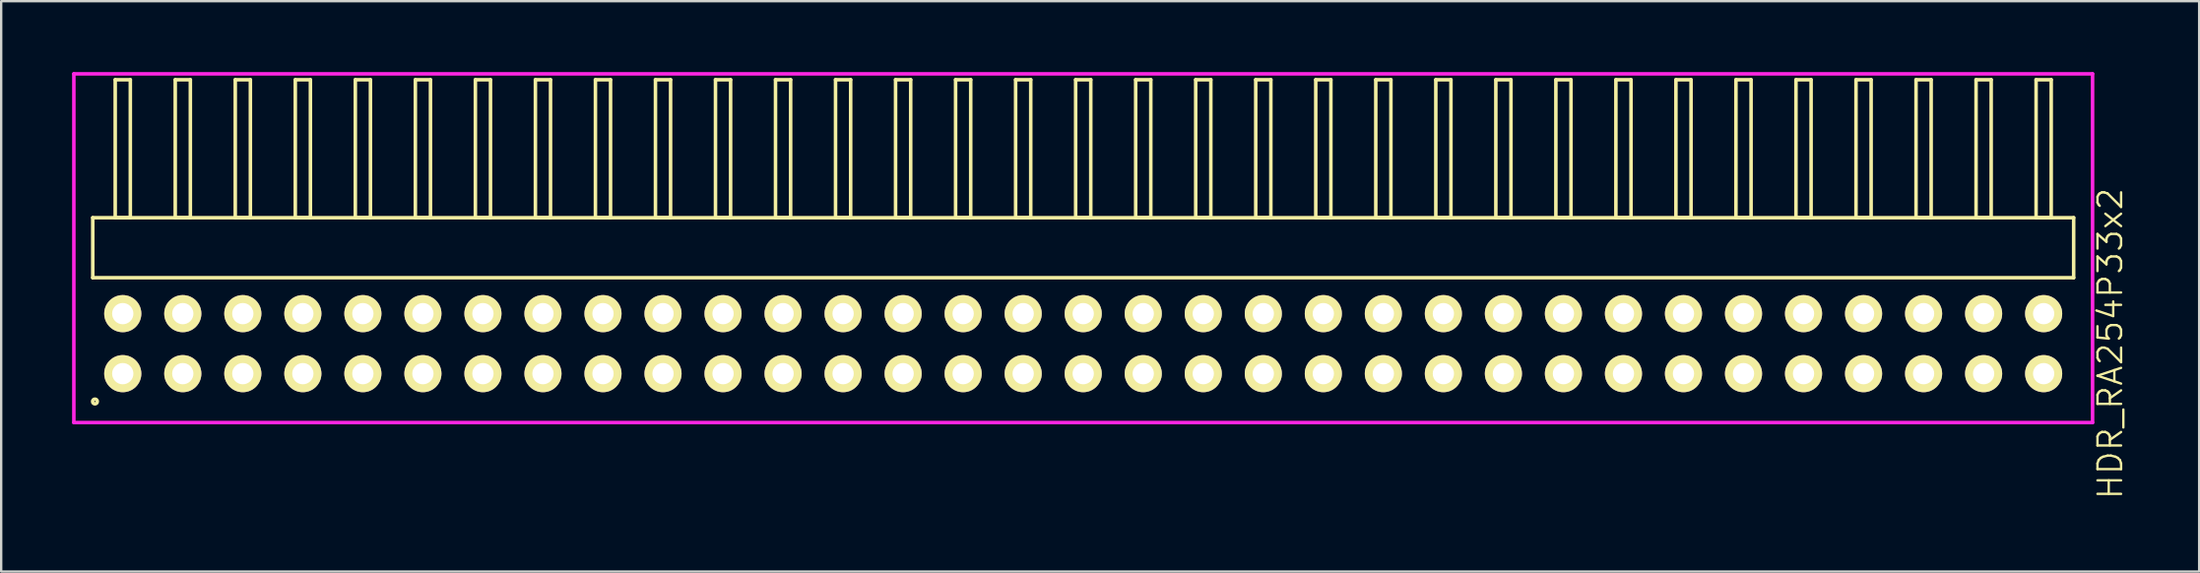
<source format=kicad_pcb>
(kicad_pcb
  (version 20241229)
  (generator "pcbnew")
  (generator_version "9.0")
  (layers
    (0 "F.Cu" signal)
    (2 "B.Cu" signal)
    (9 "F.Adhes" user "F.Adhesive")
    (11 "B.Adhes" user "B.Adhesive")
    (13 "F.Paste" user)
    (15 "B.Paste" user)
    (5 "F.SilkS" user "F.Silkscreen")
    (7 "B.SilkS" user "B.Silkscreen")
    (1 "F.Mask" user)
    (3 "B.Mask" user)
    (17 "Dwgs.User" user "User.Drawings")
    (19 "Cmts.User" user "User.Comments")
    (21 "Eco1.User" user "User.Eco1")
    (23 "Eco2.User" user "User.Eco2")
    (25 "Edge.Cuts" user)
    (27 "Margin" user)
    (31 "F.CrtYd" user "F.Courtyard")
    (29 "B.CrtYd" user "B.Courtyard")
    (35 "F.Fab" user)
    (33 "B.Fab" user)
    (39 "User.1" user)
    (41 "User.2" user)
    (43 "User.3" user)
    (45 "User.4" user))
  (footprint "HDR_RA254P33x2"
    (layer "F.Cu")
    (at 42.785 11.495)
    (property "Reference" "HDR_RA254P33x2" (at 43.46 0 90) (layer "F.SilkS") (effects (font (size 1 1) (thickness 0.1))))
    (attr through_hole)
    (fp_line (start -41.91 -5.33) (end -41.91 -2.79) (stroke (width 0.15) (type solid)) (layer "F.SilkS"))
    (fp_line (start -41.91 -2.79) (end 41.91 -2.79) (stroke (width 0.15) (type solid)) (layer "F.SilkS"))
    (fp_line (start -40.96 -11.17) (end -40.96 -5.33) (stroke (width 0.15) (type solid)) (layer "F.SilkS"))
    (fp_line (start -40.96 -5.33) (end -40.32 -5.33) (stroke (width 0.15) (type solid)) (layer "F.SilkS"))
    (fp_line (start -40.32 -11.17) (end -40.96 -11.17) (stroke (width 0.15) (type solid)) (layer "F.SilkS"))
    (fp_line (start -40.32 -5.33) (end -40.32 -11.17) (stroke (width 0.15) (type solid)) (layer "F.SilkS"))
    (fp_line (start -38.42 -11.17) (end -38.42 -5.33) (stroke (width 0.15) (type solid)) (layer "F.SilkS"))
    (fp_line (start -38.42 -5.33) (end -37.78 -5.33) (stroke (width 0.15) (type solid)) (layer "F.SilkS"))
    (fp_line (start -37.78 -11.17) (end -38.42 -11.17) (stroke (width 0.15) (type solid)) (layer "F.SilkS"))
    (fp_line (start -37.78 -5.33) (end -37.78 -11.17) (stroke (width 0.15) (type solid)) (layer "F.SilkS"))
    (fp_line (start -35.88 -11.17) (end -35.88 -5.33) (stroke (width 0.15) (type solid)) (layer "F.SilkS"))
    (fp_line (start -35.88 -5.33) (end -35.24 -5.33) (stroke (width 0.15) (type solid)) (layer "F.SilkS"))
    (fp_line (start -35.24 -11.17) (end -35.88 -11.17) (stroke (width 0.15) (type solid)) (layer "F.SilkS"))
    (fp_line (start -35.24 -5.33) (end -35.24 -11.17) (stroke (width 0.15) (type solid)) (layer "F.SilkS"))
    (fp_line (start -33.34 -11.17) (end -33.34 -5.33) (stroke (width 0.15) (type solid)) (layer "F.SilkS"))
    (fp_line (start -33.34 -5.33) (end -32.7 -5.33) (stroke (width 0.15) (type solid)) (layer "F.SilkS"))
    (fp_line (start -32.7 -11.17) (end -33.34 -11.17) (stroke (width 0.15) (type solid)) (layer "F.SilkS"))
    (fp_line (start -32.7 -5.33) (end -32.7 -11.17) (stroke (width 0.15) (type solid)) (layer "F.SilkS"))
    (fp_line (start -30.8 -11.17) (end -30.8 -5.33) (stroke (width 0.15) (type solid)) (layer "F.SilkS"))
    (fp_line (start -30.8 -5.33) (end -30.16 -5.33) (stroke (width 0.15) (type solid)) (layer "F.SilkS"))
    (fp_line (start -30.16 -11.17) (end -30.8 -11.17) (stroke (width 0.15) (type solid)) (layer "F.SilkS"))
    (fp_line (start -30.16 -5.33) (end -30.16 -11.17) (stroke (width 0.15) (type solid)) (layer "F.SilkS"))
    (fp_line (start -28.26 -11.17) (end -28.26 -5.33) (stroke (width 0.15) (type solid)) (layer "F.SilkS"))
    (fp_line (start -28.26 -5.33) (end -27.62 -5.33) (stroke (width 0.15) (type solid)) (layer "F.SilkS"))
    (fp_line (start -27.62 -11.17) (end -28.26 -11.17) (stroke (width 0.15) (type solid)) (layer "F.SilkS"))
    (fp_line (start -27.62 -5.33) (end -27.62 -11.17) (stroke (width 0.15) (type solid)) (layer "F.SilkS"))
    (fp_line (start -25.72 -11.17) (end -25.72 -5.33) (stroke (width 0.15) (type solid)) (layer "F.SilkS"))
    (fp_line (start -25.72 -5.33) (end -25.08 -5.33) (stroke (width 0.15) (type solid)) (layer "F.SilkS"))
    (fp_line (start -25.08 -11.17) (end -25.72 -11.17) (stroke (width 0.15) (type solid)) (layer "F.SilkS"))
    (fp_line (start -25.08 -5.33) (end -25.08 -11.17) (stroke (width 0.15) (type solid)) (layer "F.SilkS"))
    (fp_line (start -23.18 -11.17) (end -23.18 -5.33) (stroke (width 0.15) (type solid)) (layer "F.SilkS"))
    (fp_line (start -23.18 -5.33) (end -22.54 -5.33) (stroke (width 0.15) (type solid)) (layer "F.SilkS"))
    (fp_line (start -22.54 -11.17) (end -23.18 -11.17) (stroke (width 0.15) (type solid)) (layer "F.SilkS"))
    (fp_line (start -22.54 -5.33) (end -22.54 -11.17) (stroke (width 0.15) (type solid)) (layer "F.SilkS"))
    (fp_line (start -20.64 -11.17) (end -20.64 -5.33) (stroke (width 0.15) (type solid)) (layer "F.SilkS"))
    (fp_line (start -20.64 -5.33) (end -20 -5.33) (stroke (width 0.15) (type solid)) (layer "F.SilkS"))
    (fp_line (start -20 -11.17) (end -20.64 -11.17) (stroke (width 0.15) (type solid)) (layer "F.SilkS"))
    (fp_line (start -20 -5.33) (end -20 -11.17) (stroke (width 0.15) (type solid)) (layer "F.SilkS"))
    (fp_line (start -18.1 -11.17) (end -18.1 -5.33) (stroke (width 0.15) (type solid)) (layer "F.SilkS"))
    (fp_line (start -18.1 -5.33) (end -17.46 -5.33) (stroke (width 0.15) (type solid)) (layer "F.SilkS"))
    (fp_line (start -17.46 -11.17) (end -18.1 -11.17) (stroke (width 0.15) (type solid)) (layer "F.SilkS"))
    (fp_line (start -17.46 -5.33) (end -17.46 -11.17) (stroke (width 0.15) (type solid)) (layer "F.SilkS"))
    (fp_line (start -15.56 -11.17) (end -15.56 -5.33) (stroke (width 0.15) (type solid)) (layer "F.SilkS"))
    (fp_line (start -15.56 -5.33) (end -14.92 -5.33) (stroke (width 0.15) (type solid)) (layer "F.SilkS"))
    (fp_line (start -14.92 -11.17) (end -15.56 -11.17) (stroke (width 0.15) (type solid)) (layer "F.SilkS"))
    (fp_line (start -14.92 -5.33) (end -14.92 -11.17) (stroke (width 0.15) (type solid)) (layer "F.SilkS"))
    (fp_line (start -13.02 -11.17) (end -13.02 -5.33) (stroke (width 0.15) (type solid)) (layer "F.SilkS"))
    (fp_line (start -13.02 -5.33) (end -12.38 -5.33) (stroke (width 0.15) (type solid)) (layer "F.SilkS"))
    (fp_line (start -12.38 -11.17) (end -13.02 -11.17) (stroke (width 0.15) (type solid)) (layer "F.SilkS"))
    (fp_line (start -12.38 -5.33) (end -12.38 -11.17) (stroke (width 0.15) (type solid)) (layer "F.SilkS"))
    (fp_line (start -10.48 -11.17) (end -10.48 -5.33) (stroke (width 0.15) (type solid)) (layer "F.SilkS"))
    (fp_line (start -10.48 -5.33) (end -9.84 -5.33) (stroke (width 0.15) (type solid)) (layer "F.SilkS"))
    (fp_line (start -9.84 -11.17) (end -10.48 -11.17) (stroke (width 0.15) (type solid)) (layer "F.SilkS"))
    (fp_line (start -9.84 -5.33) (end -9.84 -11.17) (stroke (width 0.15) (type solid)) (layer "F.SilkS"))
    (fp_line (start -7.94 -11.17) (end -7.94 -5.33) (stroke (width 0.15) (type solid)) (layer "F.SilkS"))
    (fp_line (start -7.94 -5.33) (end -7.3 -5.33) (stroke (width 0.15) (type solid)) (layer "F.SilkS"))
    (fp_line (start -7.3 -11.17) (end -7.94 -11.17) (stroke (width 0.15) (type solid)) (layer "F.SilkS"))
    (fp_line (start -7.3 -5.33) (end -7.3 -11.17) (stroke (width 0.15) (type solid)) (layer "F.SilkS"))
    (fp_line (start -5.4 -11.17) (end -5.4 -5.33) (stroke (width 0.15) (type solid)) (layer "F.SilkS"))
    (fp_line (start -5.4 -5.33) (end -4.76 -5.33) (stroke (width 0.15) (type solid)) (layer "F.SilkS"))
    (fp_line (start -4.76 -11.17) (end -5.4 -11.17) (stroke (width 0.15) (type solid)) (layer "F.SilkS"))
    (fp_line (start -4.76 -5.33) (end -4.76 -11.17) (stroke (width 0.15) (type solid)) (layer "F.SilkS"))
    (fp_line (start -2.86 -11.17) (end -2.86 -5.33) (stroke (width 0.15) (type solid)) (layer "F.SilkS"))
    (fp_line (start -2.86 -5.33) (end -2.22 -5.33) (stroke (width 0.15) (type solid)) (layer "F.SilkS"))
    (fp_line (start -2.22 -11.17) (end -2.86 -11.17) (stroke (width 0.15) (type solid)) (layer "F.SilkS"))
    (fp_line (start -2.22 -5.33) (end -2.22 -11.17) (stroke (width 0.15) (type solid)) (layer "F.SilkS"))
    (fp_line (start -0.32 -11.17) (end -0.32 -5.33) (stroke (width 0.15) (type solid)) (layer "F.SilkS"))
    (fp_line (start -0.32 -5.33) (end 0.32 -5.33) (stroke (width 0.15) (type solid)) (layer "F.SilkS"))
    (fp_line (start 0.32 -11.17) (end -0.32 -11.17) (stroke (width 0.15) (type solid)) (layer "F.SilkS"))
    (fp_line (start 0.32 -5.33) (end 0.32 -11.17) (stroke (width 0.15) (type solid)) (layer "F.SilkS"))
    (fp_line (start 2.22 -11.17) (end 2.22 -5.33) (stroke (width 0.15) (type solid)) (layer "F.SilkS"))
    (fp_line (start 2.22 -5.33) (end 2.86 -5.33) (stroke (width 0.15) (type solid)) (layer "F.SilkS"))
    (fp_line (start 2.86 -11.17) (end 2.22 -11.17) (stroke (width 0.15) (type solid)) (layer "F.SilkS"))
    (fp_line (start 2.86 -5.33) (end 2.86 -11.17) (stroke (width 0.15) (type solid)) (layer "F.SilkS"))
    (fp_line (start 4.76 -11.17) (end 4.76 -5.33) (stroke (width 0.15) (type solid)) (layer "F.SilkS"))
    (fp_line (start 4.76 -5.33) (end 5.4 -5.33) (stroke (width 0.15) (type solid)) (layer "F.SilkS"))
    (fp_line (start 5.4 -11.17) (end 4.76 -11.17) (stroke (width 0.15) (type solid)) (layer "F.SilkS"))
    (fp_line (start 5.4 -5.33) (end 5.4 -11.17) (stroke (width 0.15) (type solid)) (layer "F.SilkS"))
    (fp_line (start 7.3 -11.17) (end 7.3 -5.33) (stroke (width 0.15) (type solid)) (layer "F.SilkS"))
    (fp_line (start 7.3 -5.33) (end 7.94 -5.33) (stroke (width 0.15) (type solid)) (layer "F.SilkS"))
    (fp_line (start 7.94 -11.17) (end 7.3 -11.17) (stroke (width 0.15) (type solid)) (layer "F.SilkS"))
    (fp_line (start 7.94 -5.33) (end 7.94 -11.17) (stroke (width 0.15) (type solid)) (layer "F.SilkS"))
    (fp_line (start 9.84 -11.17) (end 9.84 -5.33) (stroke (width 0.15) (type solid)) (layer "F.SilkS"))
    (fp_line (start 9.84 -5.33) (end 10.48 -5.33) (stroke (width 0.15) (type solid)) (layer "F.SilkS"))
    (fp_line (start 10.48 -11.17) (end 9.84 -11.17) (stroke (width 0.15) (type solid)) (layer "F.SilkS"))
    (fp_line (start 10.48 -5.33) (end 10.48 -11.17) (stroke (width 0.15) (type solid)) (layer "F.SilkS"))
    (fp_line (start 12.38 -11.17) (end 12.38 -5.33) (stroke (width 0.15) (type solid)) (layer "F.SilkS"))
    (fp_line (start 12.38 -5.33) (end 13.02 -5.33) (stroke (width 0.15) (type solid)) (layer "F.SilkS"))
    (fp_line (start 13.02 -11.17) (end 12.38 -11.17) (stroke (width 0.15) (type solid)) (layer "F.SilkS"))
    (fp_line (start 13.02 -5.33) (end 13.02 -11.17) (stroke (width 0.15) (type solid)) (layer "F.SilkS"))
    (fp_line (start 14.92 -11.17) (end 14.92 -5.33) (stroke (width 0.15) (type solid)) (layer "F.SilkS"))
    (fp_line (start 14.92 -5.33) (end 15.56 -5.33) (stroke (width 0.15) (type solid)) (layer "F.SilkS"))
    (fp_line (start 15.56 -11.17) (end 14.92 -11.17) (stroke (width 0.15) (type solid)) (layer "F.SilkS"))
    (fp_line (start 15.56 -5.33) (end 15.56 -11.17) (stroke (width 0.15) (type solid)) (layer "F.SilkS"))
    (fp_line (start 17.46 -11.17) (end 17.46 -5.33) (stroke (width 0.15) (type solid)) (layer "F.SilkS"))
    (fp_line (start 17.46 -5.33) (end 18.1 -5.33) (stroke (width 0.15) (type solid)) (layer "F.SilkS"))
    (fp_line (start 18.1 -11.17) (end 17.46 -11.17) (stroke (width 0.15) (type solid)) (layer "F.SilkS"))
    (fp_line (start 18.1 -5.33) (end 18.1 -11.17) (stroke (width 0.15) (type solid)) (layer "F.SilkS"))
    (fp_line (start 20 -11.17) (end 20 -5.33) (stroke (width 0.15) (type solid)) (layer "F.SilkS"))
    (fp_line (start 20 -5.33) (end 20.64 -5.33) (stroke (width 0.15) (type solid)) (layer "F.SilkS"))
    (fp_line (start 20.64 -11.17) (end 20 -11.17) (stroke (width 0.15) (type solid)) (layer "F.SilkS"))
    (fp_line (start 20.64 -5.33) (end 20.64 -11.17) (stroke (width 0.15) (type solid)) (layer "F.SilkS"))
    (fp_line (start 22.54 -11.17) (end 22.54 -5.33) (stroke (width 0.15) (type solid)) (layer "F.SilkS"))
    (fp_line (start 22.54 -5.33) (end 23.18 -5.33) (stroke (width 0.15) (type solid)) (layer "F.SilkS"))
    (fp_line (start 23.18 -11.17) (end 22.54 -11.17) (stroke (width 0.15) (type solid)) (layer "F.SilkS"))
    (fp_line (start 23.18 -5.33) (end 23.18 -11.17) (stroke (width 0.15) (type solid)) (layer "F.SilkS"))
    (fp_line (start 25.08 -11.17) (end 25.08 -5.33) (stroke (width 0.15) (type solid)) (layer "F.SilkS"))
    (fp_line (start 25.08 -5.33) (end 25.72 -5.33) (stroke (width 0.15) (type solid)) (layer "F.SilkS"))
    (fp_line (start 25.72 -11.17) (end 25.08 -11.17) (stroke (width 0.15) (type solid)) (layer "F.SilkS"))
    (fp_line (start 25.72 -5.33) (end 25.72 -11.17) (stroke (width 0.15) (type solid)) (layer "F.SilkS"))
    (fp_line (start 27.62 -11.17) (end 27.62 -5.33) (stroke (width 0.15) (type solid)) (layer "F.SilkS"))
    (fp_line (start 27.62 -5.33) (end 28.26 -5.33) (stroke (width 0.15) (type solid)) (layer "F.SilkS"))
    (fp_line (start 28.26 -11.17) (end 27.62 -11.17) (stroke (width 0.15) (type solid)) (layer "F.SilkS"))
    (fp_line (start 28.26 -5.33) (end 28.26 -11.17) (stroke (width 0.15) (type solid)) (layer "F.SilkS"))
    (fp_line (start 30.16 -11.17) (end 30.16 -5.33) (stroke (width 0.15) (type solid)) (layer "F.SilkS"))
    (fp_line (start 30.16 -5.33) (end 30.8 -5.33) (stroke (width 0.15) (type solid)) (layer "F.SilkS"))
    (fp_line (start 30.8 -11.17) (end 30.16 -11.17) (stroke (width 0.15) (type solid)) (layer "F.SilkS"))
    (fp_line (start 30.8 -5.33) (end 30.8 -11.17) (stroke (width 0.15) (type solid)) (layer "F.SilkS"))
    (fp_line (start 32.7 -11.17) (end 32.7 -5.33) (stroke (width 0.15) (type solid)) (layer "F.SilkS"))
    (fp_line (start 32.7 -5.33) (end 33.34 -5.33) (stroke (width 0.15) (type solid)) (layer "F.SilkS"))
    (fp_line (start 33.34 -11.17) (end 32.7 -11.17) (stroke (width 0.15) (type solid)) (layer "F.SilkS"))
    (fp_line (start 33.34 -5.33) (end 33.34 -11.17) (stroke (width 0.15) (type solid)) (layer "F.SilkS"))
    (fp_line (start 35.24 -11.17) (end 35.24 -5.33) (stroke (width 0.15) (type solid)) (layer "F.SilkS"))
    (fp_line (start 35.24 -5.33) (end 35.88 -5.33) (stroke (width 0.15) (type solid)) (layer "F.SilkS"))
    (fp_line (start 35.88 -11.17) (end 35.24 -11.17) (stroke (width 0.15) (type solid)) (layer "F.SilkS"))
    (fp_line (start 35.88 -5.33) (end 35.88 -11.17) (stroke (width 0.15) (type solid)) (layer "F.SilkS"))
    (fp_line (start 37.78 -11.17) (end 37.78 -5.33) (stroke (width 0.15) (type solid)) (layer "F.SilkS"))
    (fp_line (start 37.78 -5.33) (end 38.42 -5.33) (stroke (width 0.15) (type solid)) (layer "F.SilkS"))
    (fp_line (start 38.42 -11.17) (end 37.78 -11.17) (stroke (width 0.15) (type solid)) (layer "F.SilkS"))
    (fp_line (start 38.42 -5.33) (end 38.42 -11.17) (stroke (width 0.15) (type solid)) (layer "F.SilkS"))
    (fp_line (start 40.32 -11.17) (end 40.32 -5.33) (stroke (width 0.15) (type solid)) (layer "F.SilkS"))
    (fp_line (start 40.32 -5.33) (end 40.96 -5.33) (stroke (width 0.15) (type solid)) (layer "F.SilkS"))
    (fp_line (start 40.96 -11.17) (end 40.32 -11.17) (stroke (width 0.15) (type solid)) (layer "F.SilkS"))
    (fp_line (start 40.96 -5.33) (end 40.96 -11.17) (stroke (width 0.15) (type solid)) (layer "F.SilkS"))
    (fp_line (start 41.91 -5.33) (end -41.91 -5.33) (stroke (width 0.15) (type solid)) (layer "F.SilkS"))
    (fp_line (start 41.91 -2.79) (end 41.91 -5.33) (stroke (width 0.15) (type solid)) (layer "F.SilkS"))
    (fp_circle (center -41.817 2.448) (end -41.717 2.448) (stroke (width 0.15) (type solid)) (fill no) (layer "F.SilkS"))
    (fp_line (start -42.71 -11.42) (end -42.71 3.34) (stroke (width 0.15) (type solid)) (layer "F.CrtYd"))
    (fp_line (start -42.71 3.34) (end 42.71 3.34) (stroke (width 0.15) (type solid)) (layer "F.CrtYd"))
    (fp_line (start 42.71 -11.42) (end -42.71 -11.42) (stroke (width 0.15) (type solid)) (layer "F.CrtYd"))
    (fp_line (start 42.71 3.34) (end 42.71 -11.42) (stroke (width 0.15) (type solid)) (layer "F.CrtYd"))
    (pad "1" thru_hole oval (at -40.64 1.27) (size 1.57 1.57) (drill 0.9) (layers "*.Cu" "*.Mask" "F.SilkS"))
    (pad "2" thru_hole oval (at -40.64 -1.27) (size 1.57 1.57) (drill 0.9) (layers "*.Cu" "*.Mask" "F.SilkS"))
    (pad "3" thru_hole oval (at -38.1 1.27) (size 1.57 1.57) (drill 0.9) (layers "*.Cu" "*.Mask" "F.SilkS"))
    (pad "4" thru_hole oval (at -38.1 -1.27) (size 1.57 1.57) (drill 0.9) (layers "*.Cu" "*.Mask" "F.SilkS"))
    (pad "5" thru_hole oval (at -35.56 1.27) (size 1.57 1.57) (drill 0.9) (layers "*.Cu" "*.Mask" "F.SilkS"))
    (pad "6" thru_hole oval (at -35.56 -1.27) (size 1.57 1.57) (drill 0.9) (layers "*.Cu" "*.Mask" "F.SilkS"))
    (pad "7" thru_hole oval (at -33.02 1.27) (size 1.57 1.57) (drill 0.9) (layers "*.Cu" "*.Mask" "F.SilkS"))
    (pad "8" thru_hole oval (at -33.02 -1.27) (size 1.57 1.57) (drill 0.9) (layers "*.Cu" "*.Mask" "F.SilkS"))
    (pad "9" thru_hole oval (at -30.48 1.27) (size 1.57 1.57) (drill 0.9) (layers "*.Cu" "*.Mask" "F.SilkS"))
    (pad "10" thru_hole oval (at -30.48 -1.27) (size 1.57 1.57) (drill 0.9) (layers "*.Cu" "*.Mask" "F.SilkS"))
    (pad "11" thru_hole oval (at -27.94 1.27) (size 1.57 1.57) (drill 0.9) (layers "*.Cu" "*.Mask" "F.SilkS"))
    (pad "12" thru_hole oval (at -27.94 -1.27) (size 1.57 1.57) (drill 0.9) (layers "*.Cu" "*.Mask" "F.SilkS"))
    (pad "13" thru_hole oval (at -25.4 1.27) (size 1.57 1.57) (drill 0.9) (layers "*.Cu" "*.Mask" "F.SilkS"))
    (pad "14" thru_hole oval (at -25.4 -1.27) (size 1.57 1.57) (drill 0.9) (layers "*.Cu" "*.Mask" "F.SilkS"))
    (pad "15" thru_hole oval (at -22.86 1.27) (size 1.57 1.57) (drill 0.9) (layers "*.Cu" "*.Mask" "F.SilkS"))
    (pad "16" thru_hole oval (at -22.86 -1.27) (size 1.57 1.57) (drill 0.9) (layers "*.Cu" "*.Mask" "F.SilkS"))
    (pad "17" thru_hole oval (at -20.32 1.27) (size 1.57 1.57) (drill 0.9) (layers "*.Cu" "*.Mask" "F.SilkS"))
    (pad "18" thru_hole oval (at -20.32 -1.27) (size 1.57 1.57) (drill 0.9) (layers "*.Cu" "*.Mask" "F.SilkS"))
    (pad "19" thru_hole oval (at -17.78 1.27) (size 1.57 1.57) (drill 0.9) (layers "*.Cu" "*.Mask" "F.SilkS"))
    (pad "20" thru_hole oval (at -17.78 -1.27) (size 1.57 1.57) (drill 0.9) (layers "*.Cu" "*.Mask" "F.SilkS"))
    (pad "21" thru_hole oval (at -15.24 1.27) (size 1.57 1.57) (drill 0.9) (layers "*.Cu" "*.Mask" "F.SilkS"))
    (pad "22" thru_hole oval (at -15.24 -1.27) (size 1.57 1.57) (drill 0.9) (layers "*.Cu" "*.Mask" "F.SilkS"))
    (pad "23" thru_hole oval (at -12.7 1.27) (size 1.57 1.57) (drill 0.9) (layers "*.Cu" "*.Mask" "F.SilkS"))
    (pad "24" thru_hole oval (at -12.7 -1.27) (size 1.57 1.57) (drill 0.9) (layers "*.Cu" "*.Mask" "F.SilkS"))
    (pad "25" thru_hole oval (at -10.16 1.27) (size 1.57 1.57) (drill 0.9) (layers "*.Cu" "*.Mask" "F.SilkS"))
    (pad "26" thru_hole oval (at -10.16 -1.27) (size 1.57 1.57) (drill 0.9) (layers "*.Cu" "*.Mask" "F.SilkS"))
    (pad "27" thru_hole oval (at -7.62 1.27) (size 1.57 1.57) (drill 0.9) (layers "*.Cu" "*.Mask" "F.SilkS"))
    (pad "28" thru_hole oval (at -7.62 -1.27) (size 1.57 1.57) (drill 0.9) (layers "*.Cu" "*.Mask" "F.SilkS"))
    (pad "29" thru_hole oval (at -5.08 1.27) (size 1.57 1.57) (drill 0.9) (layers "*.Cu" "*.Mask" "F.SilkS"))
    (pad "30" thru_hole oval (at -5.08 -1.27) (size 1.57 1.57) (drill 0.9) (layers "*.Cu" "*.Mask" "F.SilkS"))
    (pad "31" thru_hole oval (at -2.54 1.27) (size 1.57 1.57) (drill 0.9) (layers "*.Cu" "*.Mask" "F.SilkS"))
    (pad "32" thru_hole oval (at -2.54 -1.27) (size 1.57 1.57) (drill 0.9) (layers "*.Cu" "*.Mask" "F.SilkS"))
    (pad "33" thru_hole oval (at 0 1.27) (size 1.57 1.57) (drill 0.9) (layers "*.Cu" "*.Mask" "F.SilkS"))
    (pad "34" thru_hole oval (at 0 -1.27) (size 1.57 1.57) (drill 0.9) (layers "*.Cu" "*.Mask" "F.SilkS"))
    (pad "35" thru_hole oval (at 2.54 1.27) (size 1.57 1.57) (drill 0.9) (layers "*.Cu" "*.Mask" "F.SilkS"))
    (pad "36" thru_hole oval (at 2.54 -1.27) (size 1.57 1.57) (drill 0.9) (layers "*.Cu" "*.Mask" "F.SilkS"))
    (pad "37" thru_hole oval (at 5.08 1.27) (size 1.57 1.57) (drill 0.9) (layers "*.Cu" "*.Mask" "F.SilkS"))
    (pad "38" thru_hole oval (at 5.08 -1.27) (size 1.57 1.57) (drill 0.9) (layers "*.Cu" "*.Mask" "F.SilkS"))
    (pad "39" thru_hole oval (at 7.62 1.27) (size 1.57 1.57) (drill 0.9) (layers "*.Cu" "*.Mask" "F.SilkS"))
    (pad "40" thru_hole oval (at 7.62 -1.27) (size 1.57 1.57) (drill 0.9) (layers "*.Cu" "*.Mask" "F.SilkS"))
    (pad "41" thru_hole oval (at 10.16 1.27) (size 1.57 1.57) (drill 0.9) (layers "*.Cu" "*.Mask" "F.SilkS"))
    (pad "42" thru_hole oval (at 10.16 -1.27) (size 1.57 1.57) (drill 0.9) (layers "*.Cu" "*.Mask" "F.SilkS"))
    (pad "43" thru_hole oval (at 12.7 1.27) (size 1.57 1.57) (drill 0.9) (layers "*.Cu" "*.Mask" "F.SilkS"))
    (pad "44" thru_hole oval (at 12.7 -1.27) (size 1.57 1.57) (drill 0.9) (layers "*.Cu" "*.Mask" "F.SilkS"))
    (pad "45" thru_hole oval (at 15.24 1.27) (size 1.57 1.57) (drill 0.9) (layers "*.Cu" "*.Mask" "F.SilkS"))
    (pad "46" thru_hole oval (at 15.24 -1.27) (size 1.57 1.57) (drill 0.9) (layers "*.Cu" "*.Mask" "F.SilkS"))
    (pad "47" thru_hole oval (at 17.78 1.27) (size 1.57 1.57) (drill 0.9) (layers "*.Cu" "*.Mask" "F.SilkS"))
    (pad "48" thru_hole oval (at 17.78 -1.27) (size 1.57 1.57) (drill 0.9) (layers "*.Cu" "*.Mask" "F.SilkS"))
    (pad "49" thru_hole oval (at 20.32 1.27) (size 1.57 1.57) (drill 0.9) (layers "*.Cu" "*.Mask" "F.SilkS"))
    (pad "50" thru_hole oval (at 20.32 -1.27) (size 1.57 1.57) (drill 0.9) (layers "*.Cu" "*.Mask" "F.SilkS"))
    (pad "51" thru_hole oval (at 22.86 1.27) (size 1.57 1.57) (drill 0.9) (layers "*.Cu" "*.Mask" "F.SilkS"))
    (pad "52" thru_hole oval (at 22.86 -1.27) (size 1.57 1.57) (drill 0.9) (layers "*.Cu" "*.Mask" "F.SilkS"))
    (pad "53" thru_hole oval (at 25.4 1.27) (size 1.57 1.57) (drill 0.9) (layers "*.Cu" "*.Mask" "F.SilkS"))
    (pad "54" thru_hole oval (at 25.4 -1.27) (size 1.57 1.57) (drill 0.9) (layers "*.Cu" "*.Mask" "F.SilkS"))
    (pad "55" thru_hole oval (at 27.94 1.27) (size 1.57 1.57) (drill 0.9) (layers "*.Cu" "*.Mask" "F.SilkS"))
    (pad "56" thru_hole oval (at 27.94 -1.27) (size 1.57 1.57) (drill 0.9) (layers "*.Cu" "*.Mask" "F.SilkS"))
    (pad "57" thru_hole oval (at 30.48 1.27) (size 1.57 1.57) (drill 0.9) (layers "*.Cu" "*.Mask" "F.SilkS"))
    (pad "58" thru_hole oval (at 30.48 -1.27) (size 1.57 1.57) (drill 0.9) (layers "*.Cu" "*.Mask" "F.SilkS"))
    (pad "59" thru_hole oval (at 33.02 1.27) (size 1.57 1.57) (drill 0.9) (layers "*.Cu" "*.Mask" "F.SilkS"))
    (pad "60" thru_hole oval (at 33.02 -1.27) (size 1.57 1.57) (drill 0.9) (layers "*.Cu" "*.Mask" "F.SilkS"))
    (pad "61" thru_hole oval (at 35.56 1.27) (size 1.57 1.57) (drill 0.9) (layers "*.Cu" "*.Mask" "F.SilkS"))
    (pad "62" thru_hole oval (at 35.56 -1.27) (size 1.57 1.57) (drill 0.9) (layers "*.Cu" "*.Mask" "F.SilkS"))
    (pad "63" thru_hole oval (at 38.1 1.27) (size 1.57 1.57) (drill 0.9) (layers "*.Cu" "*.Mask" "F.SilkS"))
    (pad "64" thru_hole oval (at 38.1 -1.27) (size 1.57 1.57) (drill 0.9) (layers "*.Cu" "*.Mask" "F.SilkS"))
    (pad "65" thru_hole oval (at 40.64 1.27) (size 1.57 1.57) (drill 0.9) (layers "*.Cu" "*.Mask" "F.SilkS"))
    (pad "66" thru_hole oval (at 40.64 -1.27) (size 1.57 1.57) (drill 0.9) (layers "*.Cu" "*.Mask" "F.SilkS")))
  (gr_rect
    (start -3 -3)
    (end 90.005 21.14)
    (stroke (width 0.1) (type default))
    (fill no)
    (layer "Edge.Cuts")))
</source>
